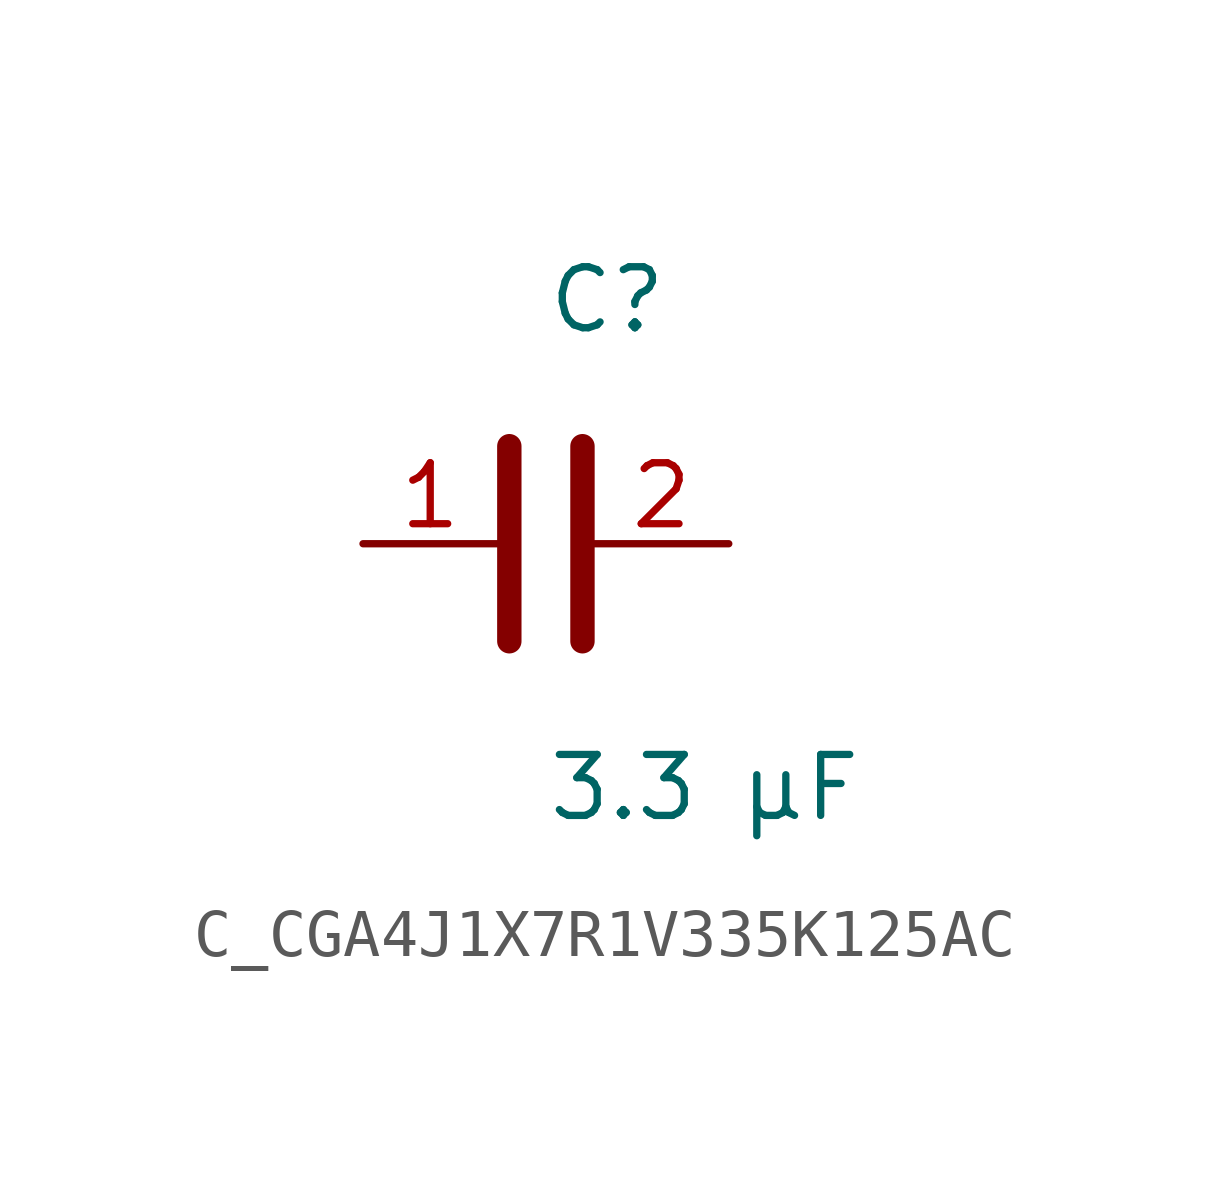
<source format=kicad_sym>
(kicad_symbol_lib
  (version 20231120)
  (generator kicad_symbol_editor)
  (generator_version 8.0)
  (symbol "C_CGA4J1X7R1V335K125AC"
    (pin_names
      (offset 0.254))
    (property "Reference" "C"
      (at 0 5.08 0)
      (effects (font (size 1.27 1.27)) (justify left)))
    (property "Value" "3.3 µF"
      (at 0 -5.08 0)
      (effects (font (size 1.27 1.27)) (justify left)))
    (symbol "C_CGA4J1X7R1V335K125AC_0_1"
      (polyline (pts (xy -0.762 -2.032) (xy -0.762 2.032)) (stroke (width 0.508) (type default)) (fill (type none)))
      (polyline (pts (xy 0.762 -2.032) (xy 0.762 2.032)) (stroke (width 0.508) (type default)) (fill (type none))))
    (pin unspecified line
      (at -3.81 0 0)
      (length 2.8)
      (name "" (effects (font (size 1.27 1.27))))
      (number "1" (effects (font (size 1.27 1.27)))))
    (pin unspecified line
      (at 3.81 0 180)
      (length 2.8)
      (name "" (effects (font (size 1.27 1.27))))
      (number "2" (effects (font (size 1.27 1.27)))))))
</source>
